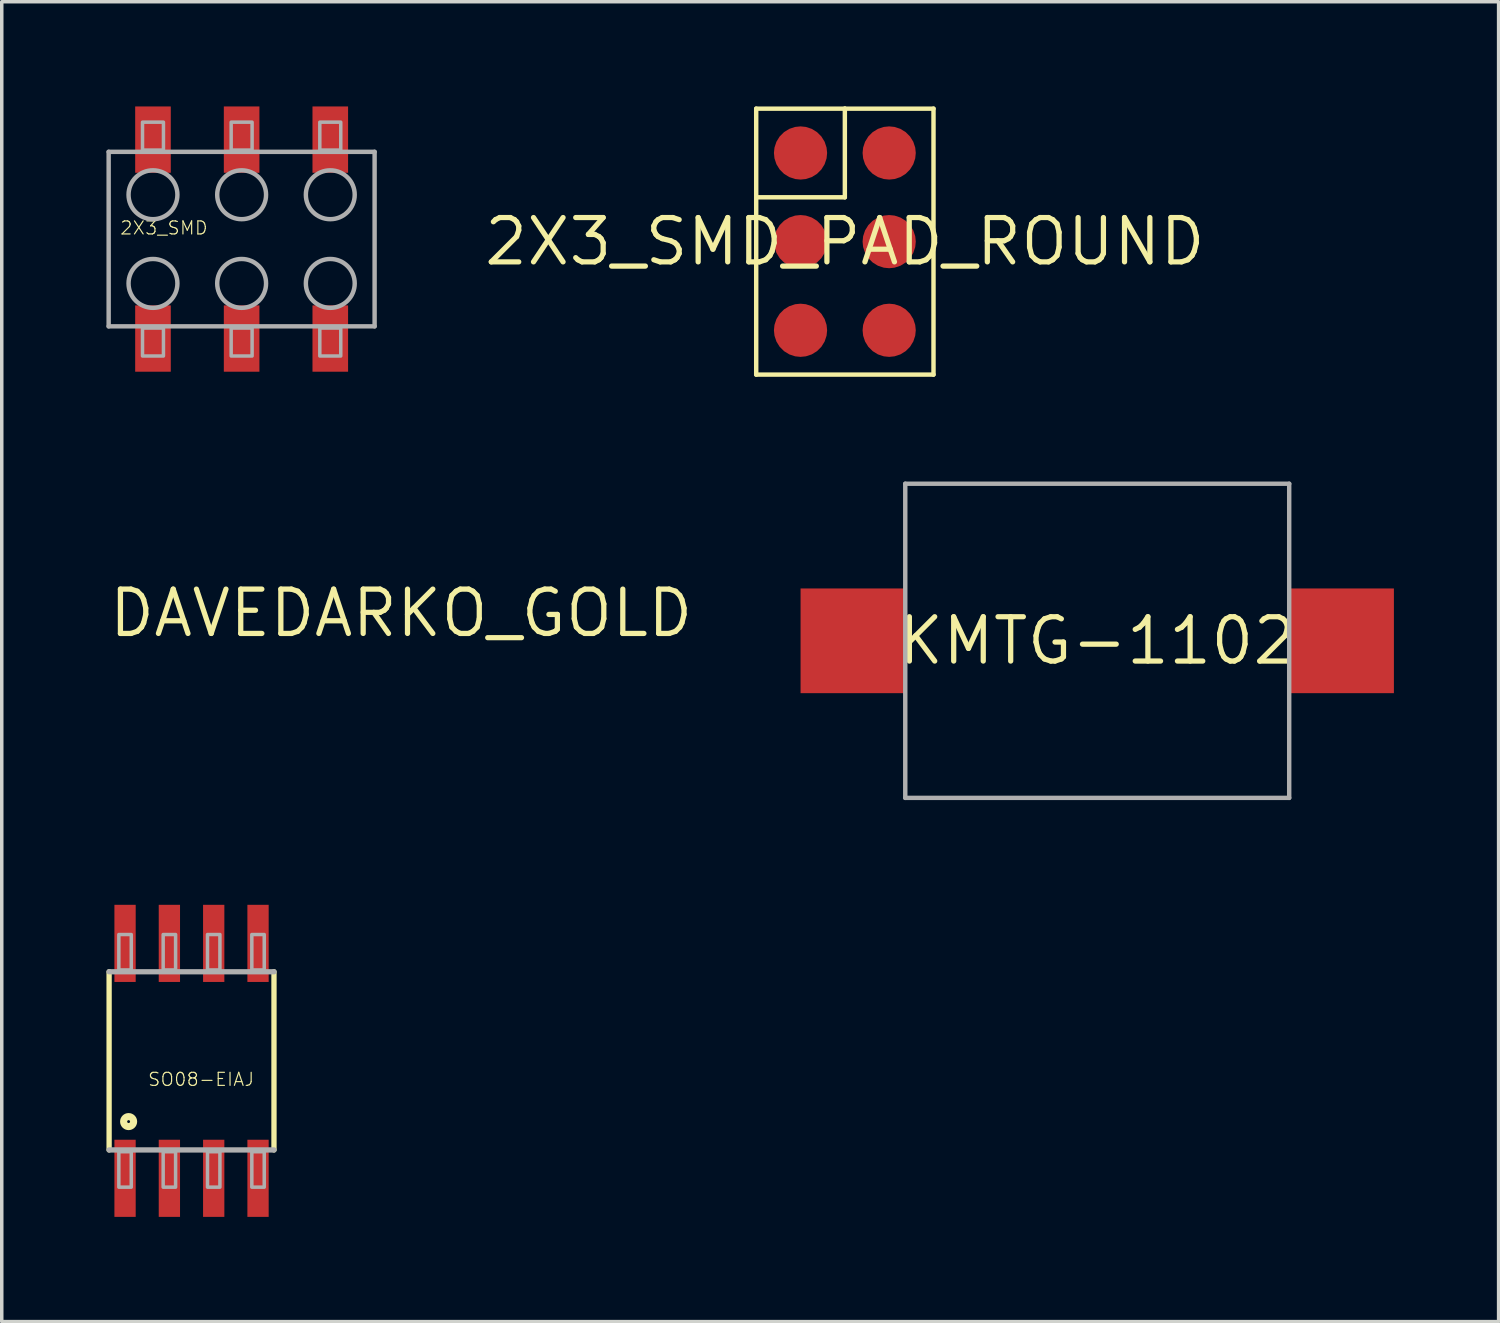
<source format=kicad_pcb>
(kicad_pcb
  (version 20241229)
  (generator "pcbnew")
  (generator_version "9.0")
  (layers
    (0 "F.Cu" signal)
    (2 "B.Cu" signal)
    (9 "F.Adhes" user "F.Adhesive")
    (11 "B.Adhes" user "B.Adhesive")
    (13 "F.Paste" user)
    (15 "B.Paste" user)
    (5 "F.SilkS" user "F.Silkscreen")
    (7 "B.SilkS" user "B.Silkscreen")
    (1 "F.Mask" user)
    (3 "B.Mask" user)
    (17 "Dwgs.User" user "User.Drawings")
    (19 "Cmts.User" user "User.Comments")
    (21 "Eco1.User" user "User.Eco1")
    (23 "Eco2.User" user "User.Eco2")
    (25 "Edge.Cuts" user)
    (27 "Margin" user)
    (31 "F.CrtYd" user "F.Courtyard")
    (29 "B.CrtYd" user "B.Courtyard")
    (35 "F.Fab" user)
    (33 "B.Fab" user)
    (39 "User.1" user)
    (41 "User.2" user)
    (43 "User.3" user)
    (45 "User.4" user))
  (footprint "2X3_SMD_PAD_ROUND"
    (layer "F.Cu")
    (at 21.156 3.873)
    (property "Reference" "2X3_SMD_PAD_ROUND" (at 0 0 0) (layer "F.SilkS") (effects (font (size 1.27 1.27) (thickness 0.15))))
    (fp_line (start -2.54 -3.81) (end -2.54 3.81) (stroke (width 0.127) (type solid)) (layer "F.SilkS"))
    (fp_line (start -2.54 -1.27) (end 0 -1.27) (stroke (width 0.127) (type solid)) (layer "F.SilkS"))
    (fp_line (start -2.54 3.81) (end 2.54 3.81) (stroke (width 0.127) (type solid)) (layer "F.SilkS"))
    (fp_line (start 0 -3.81) (end -2.54 -3.81) (stroke (width 0.127) (type solid)) (layer "F.SilkS"))
    (fp_line (start 0 -1.27) (end 0 -3.81) (stroke (width 0.127) (type solid)) (layer "F.SilkS"))
    (fp_line (start 2.54 -3.81) (end 0 -3.81) (stroke (width 0.127) (type solid)) (layer "F.SilkS"))
    (fp_line (start 2.54 3.81) (end 2.54 -3.81) (stroke (width 0.127) (type solid)) (layer "F.SilkS"))
    (pad "P$1" smd roundrect (at -1.27 -2.54 180) (size 1.524 1.524) (layers "F.Cu" "F.Mask") (roundrect_rratio 0.5))
    (pad "P$2" smd roundrect (at 1.27 -2.54 180) (size 1.524 1.524) (layers "F.Cu" "F.Mask") (roundrect_rratio 0.5))
    (pad "P$3" smd roundrect (at -1.27 0 180) (size 1.524 1.524) (layers "F.Cu" "F.Mask") (roundrect_rratio 0.5))
    (pad "P$4" smd roundrect (at 1.27 0 180) (size 1.524 1.524) (layers "F.Cu" "F.Mask") (roundrect_rratio 0.5))
    (pad "P$5" smd roundrect (at -1.27 2.54 180) (size 1.524 1.524) (layers "F.Cu" "F.Mask") (roundrect_rratio 0.5))
    (pad "P$6" smd roundrect (at 1.27 2.54 180) (size 1.524 1.524) (layers "F.Cu" "F.Mask") (roundrect_rratio 0.5)))
  (footprint "SO08-EIAJ"
    (layer "F.Cu")
    (at 2.438 27.332)
    (property "Reference" "SO08-EIAJ" (at -1.27 0.762 0) (unlocked yes) (layer "F.SilkS") (effects (font (size 0.374 0.374) (thickness 0.033)) (justify left bottom)))
    (fp_line (start -2.362 -2.54) (end -2.362 2.565) (stroke (width 0.152) (type solid)) (layer "F.SilkS"))
    (fp_line (start 2.362 2.565) (end 2.362 -2.54) (stroke (width 0.152) (type solid)) (layer "F.SilkS"))
    (fp_circle (center -1.803 1.753) (end -1.66 1.753) (stroke (width 0.203) (type solid)) (fill no) (layer "F.SilkS"))
    (fp_line (start -2.362 2.565) (end 2.362 2.565) (stroke (width 0.152) (type solid)) (layer "F.Fab"))
    (fp_line (start 2.362 -2.54) (end -2.362 -2.54) (stroke (width 0.152) (type solid)) (layer "F.Fab"))
    (fp_poly (pts (xy -2.083 -2.591) (xy -1.727 -2.591) (xy -1.727 -3.607) (xy -2.083 -3.607)) (stroke (width 0.1) (type default)) (fill no) (layer "F.Fab"))
    (fp_poly (pts (xy -2.083 3.632) (xy -1.727 3.632) (xy -1.727 2.616) (xy -2.083 2.616)) (stroke (width 0.1) (type default)) (fill no) (layer "F.Fab"))
    (fp_poly (pts (xy -0.813 -2.591) (xy -0.457 -2.591) (xy -0.457 -3.607) (xy -0.813 -3.607)) (stroke (width 0.1) (type default)) (fill no) (layer "F.Fab"))
    (fp_poly (pts (xy -0.813 3.632) (xy -0.457 3.632) (xy -0.457 2.616) (xy -0.813 2.616)) (stroke (width 0.1) (type default)) (fill no) (layer "F.Fab"))
    (fp_poly (pts (xy 0.457 -2.591) (xy 0.813 -2.591) (xy 0.813 -3.607) (xy 0.457 -3.607)) (stroke (width 0.1) (type default)) (fill no) (layer "F.Fab"))
    (fp_poly (pts (xy 0.457 3.632) (xy 0.813 3.632) (xy 0.813 2.616) (xy 0.457 2.616)) (stroke (width 0.1) (type default)) (fill no) (layer "F.Fab"))
    (fp_poly (pts (xy 1.727 -2.591) (xy 2.083 -2.591) (xy 2.083 -3.607) (xy 1.727 -3.607)) (stroke (width 0.1) (type default)) (fill no) (layer "F.Fab"))
    (fp_poly (pts (xy 1.727 3.632) (xy 2.083 3.632) (xy 2.083 2.616) (xy 1.727 2.616)) (stroke (width 0.1) (type default)) (fill no) (layer "F.Fab"))
    (pad "1" smd rect (at -1.905 3.378) (size 0.61 2.21) (layers "F.Cu" "F.Mask" "F.Paste"))
    (pad "2" smd rect (at -0.635 3.378) (size 0.61 2.21) (layers "F.Cu" "F.Mask" "F.Paste"))
    (pad "3" smd rect (at 0.635 3.378) (size 0.61 2.21) (layers "F.Cu" "F.Mask" "F.Paste"))
    (pad "4" smd rect (at 1.905 3.378) (size 0.61 2.21) (layers "F.Cu" "F.Mask" "F.Paste"))
    (pad "5" smd rect (at 1.905 -3.353) (size 0.61 2.21) (layers "F.Cu" "F.Mask" "F.Paste"))
    (pad "6" smd rect (at 0.635 -3.353) (size 0.61 2.21) (layers "F.Cu" "F.Mask" "F.Paste"))
    (pad "7" smd rect (at -0.635 -3.353) (size 0.61 2.21) (layers "F.Cu" "F.Mask" "F.Paste"))
    (pad "8" smd rect (at -1.905 -3.353) (size 0.61 2.21) (layers "F.Cu" "F.Mask" "F.Paste")))
  (footprint "DAVEDARKO_GOLD"
    (layer "F.Cu")
    (at 8.444 14.519)
    (property "Reference" "DAVEDARKO_GOLD" (at 0 0 0) (layer "F.SilkS") (effects (font (size 1.27 1.27) (thickness 0.15))))
    (fp_poly (pts (xy 1.62 0.159) (xy 1.728 0.231) (xy 1.809 0.426) (xy 1.928 0.724) (xy 1.056 1.305) (xy 0.948 0.763) (xy 0.82 0.763) (xy 0.917 1.73) (xy 0.086 2.323) (xy 0.086 0.763) (xy -0.086 0.763) (xy -0.086 2.323) (xy -0.917 1.73) (xy -0.82 0.763) (xy -0.948 0.763) (xy -1.056 1.305) (xy -1.928 0.724) (xy -1.811 0.432) (xy -1.791 0.33) (xy -1.719 0.222) (xy -1.513 0.137) (xy 1.506 0.137)) (stroke (width 0) (type default)) (fill yes) (layer "F.Mask"))
    (fp_poly (pts (xy -0.182 -3.636) (xy -0.186 -3.636) (xy -0.186 -0.696) (xy -0.205 -0.554) (xy -0.262 -0.418) (xy -0.351 -0.301) (xy -0.468 -0.212) (xy -0.604 -0.155) (xy -0.746 -0.137) (xy -1.258 -0.137) (xy -1.529 -0.209) (xy -1.649 -0.301) (xy -1.738 -0.418) (xy -1.795 -0.554) (xy -1.813 -0.696) (xy -1.813 -1.204) (xy -1.795 -1.346) (xy -1.738 -1.482) (xy -1.649 -1.599) (xy -1.532 -1.688) (xy -1.396 -1.745) (xy -1.254 -1.764) (xy -1.013 -1.764) (xy -0.865 -1.825) (xy -0.829 -1.879) (xy -0.814 -1.956) (xy -0.814 -3.204) (xy -0.795 -3.346) (xy -0.738 -3.482) (xy -0.649 -3.599) (xy -0.532 -3.688) (xy -0.396 -3.745) (xy -0.191 -3.772)) (stroke (width 0) (type default)) (fill yes) (layer "F.Mask"))
    (fp_poly (pts (xy 2.396 -2.745) (xy 2.532 -2.688) (xy 2.649 -2.599) (xy 2.738 -2.482) (xy 2.795 -2.346) (xy 2.813 -2.204) (xy 2.813 -1.937) (xy 2.728 -1.731) (xy 2.62 -1.659) (xy 2.493 -1.634) (xy 2.281 -1.722) (xy 2.209 -1.83) (xy 2.189 -1.931) (xy 2.125 -2.085) (xy 2.071 -2.121) (xy 2.007 -2.134) (xy 1.865 -2.075) (xy 1.829 -2.021) (xy 1.813 -1.944) (xy 1.813 -0.696) (xy 1.795 -0.554) (xy 1.738 -0.418) (xy 1.649 -0.301) (xy 1.532 -0.212) (xy 1.396 -0.155) (xy 1.254 -0.137) (xy 0.742 -0.137) (xy 0.471 -0.209) (xy 0.351 -0.301) (xy 0.262 -0.418) (xy 0.205 -0.554) (xy 0.186 -0.696) (xy 0.186 -1.204) (xy 0.205 -1.346) (xy 0.262 -1.482) (xy 0.351 -1.599) (xy 0.468 -1.688) (xy 0.604 -1.745) (xy 0.746 -1.764) (xy 1.187 -1.764) (xy 1.187 -2.204) (xy 1.205 -2.346) (xy 1.262 -2.482) (xy 1.351 -2.599) (xy 1.468 -2.688) (xy 1.604 -2.745) (xy 1.746 -2.764) (xy 2.254 -2.764)) (stroke (width 0) (type default)) (fill yes) (layer "F.Mask")))
  (footprint "2X3_SMD"
    (layer "F.Cu")
    (at 3.873 3.8)
    (property "Reference" "2X3_SMD" (at -3.502 -0.1 0) (unlocked yes) (layer "F.SilkS") (effects (font (size 0.374 0.374) (thickness 0.033)) (justify left bottom)))
    (fp_line (start -3.81 -2.5) (end 3.81 -2.5) (stroke (width 0.127) (type solid)) (layer "F.Fab"))
    (fp_line (start -3.81 2.5) (end -3.81 -2.5) (stroke (width 0.127) (type solid)) (layer "F.Fab"))
    (fp_line (start 3.81 -2.5) (end 3.81 2.5) (stroke (width 0.127) (type solid)) (layer "F.Fab"))
    (fp_line (start 3.81 2.5) (end -3.81 2.5) (stroke (width 0.127) (type solid)) (layer "F.Fab"))
    (fp_circle (center -2.54 -1.27) (end -1.84 -1.27) (stroke (width 0.127) (type solid)) (fill no) (layer "F.Fab"))
    (fp_circle (center -2.54 1.27) (end -1.84 1.27) (stroke (width 0.127) (type solid)) (fill no) (layer "F.Fab"))
    (fp_circle (center 0 -1.27) (end 0.7 -1.27) (stroke (width 0.127) (type solid)) (fill no) (layer "F.Fab"))
    (fp_circle (center 0 1.27) (end 0.7 1.27) (stroke (width 0.127) (type solid)) (fill no) (layer "F.Fab"))
    (fp_circle (center 2.54 -1.27) (end 3.24 -1.27) (stroke (width 0.127) (type solid)) (fill no) (layer "F.Fab"))
    (fp_circle (center 2.54 1.27) (end 3.24 1.27) (stroke (width 0.127) (type solid)) (fill no) (layer "F.Fab"))
    (fp_poly (pts (xy -2.84 -2.55) (xy -2.24 -2.55) (xy -2.24 -3.35) (xy -2.84 -3.35)) (stroke (width 0.1) (type default)) (fill no) (layer "F.Fab"))
    (fp_poly (pts (xy -2.24 2.55) (xy -2.84 2.55) (xy -2.84 3.35) (xy -2.24 3.35)) (stroke (width 0.1) (type default)) (fill no) (layer "F.Fab"))
    (fp_poly (pts (xy -0.3 -2.55) (xy 0.3 -2.55) (xy 0.3 -3.35) (xy -0.3 -3.35)) (stroke (width 0.1) (type default)) (fill no) (layer "F.Fab"))
    (fp_poly (pts (xy 0.3 2.55) (xy -0.3 2.55) (xy -0.3 3.35) (xy 0.3 3.35)) (stroke (width 0.1) (type default)) (fill no) (layer "F.Fab"))
    (fp_poly (pts (xy 2.24 -2.55) (xy 2.84 -2.55) (xy 2.84 -3.35) (xy 2.24 -3.35)) (stroke (width 0.1) (type default)) (fill no) (layer "F.Fab"))
    (fp_poly (pts (xy 2.84 2.55) (xy 2.24 2.55) (xy 2.24 3.35) (xy 2.84 3.35)) (stroke (width 0.1) (type default)) (fill no) (layer "F.Fab"))
    (pad "1" smd rect (at -2.54 2.85) (size 1.02 1.9) (layers "F.Cu" "F.Mask" "F.Paste"))
    (pad "2" smd rect (at -2.54 -2.85) (size 1.02 1.9) (layers "F.Cu" "F.Mask" "F.Paste"))
    (pad "3" smd rect (at 0 2.85) (size 1.02 1.9) (layers "F.Cu" "F.Mask" "F.Paste"))
    (pad "4" smd rect (at 0 -2.85) (size 1.02 1.9) (layers "F.Cu" "F.Mask" "F.Paste"))
    (pad "5" smd rect (at 2.54 2.85) (size 1.02 1.9) (layers "F.Cu" "F.Mask" "F.Paste"))
    (pad "6" smd rect (at 2.54 -2.85) (size 1.02 1.9) (layers "F.Cu" "F.Mask" "F.Paste")))
  (footprint "KMTG-1102"
    (layer "F.Cu")
    (at 28.387 15.31)
    (property "Reference" "KMTG-1102" (at 0 0 0) (layer "F.SilkS") (effects (font (size 1.27 1.27) (thickness 0.15))))
    (fp_line (start -5.5 -4.5) (end 5.5 -4.5) (stroke (width 0.127) (type solid)) (layer "F.Fab"))
    (fp_line (start -5.5 4.5) (end -5.5 -4.5) (stroke (width 0.127) (type solid)) (layer "F.Fab"))
    (fp_line (start 5.5 -4.5) (end 5.5 4.5) (stroke (width 0.127) (type solid)) (layer "F.Fab"))
    (fp_line (start 5.5 4.5) (end -5.5 4.5) (stroke (width 0.127) (type solid)) (layer "F.Fab"))
    (pad "P$1" smd rect (at -7 0) (size 3 3) (layers "F.Cu" "F.Mask" "F.Paste"))
    (pad "P$2" smd rect (at 7 0) (size 3 3) (layers "F.Cu" "F.Mask" "F.Paste")))
  (gr_rect
    (start -3 -3)
    (end 39.887 34.815)
    (stroke (width 0.1) (type default))
    (fill no)
    (layer "Edge.Cuts")))
</source>
